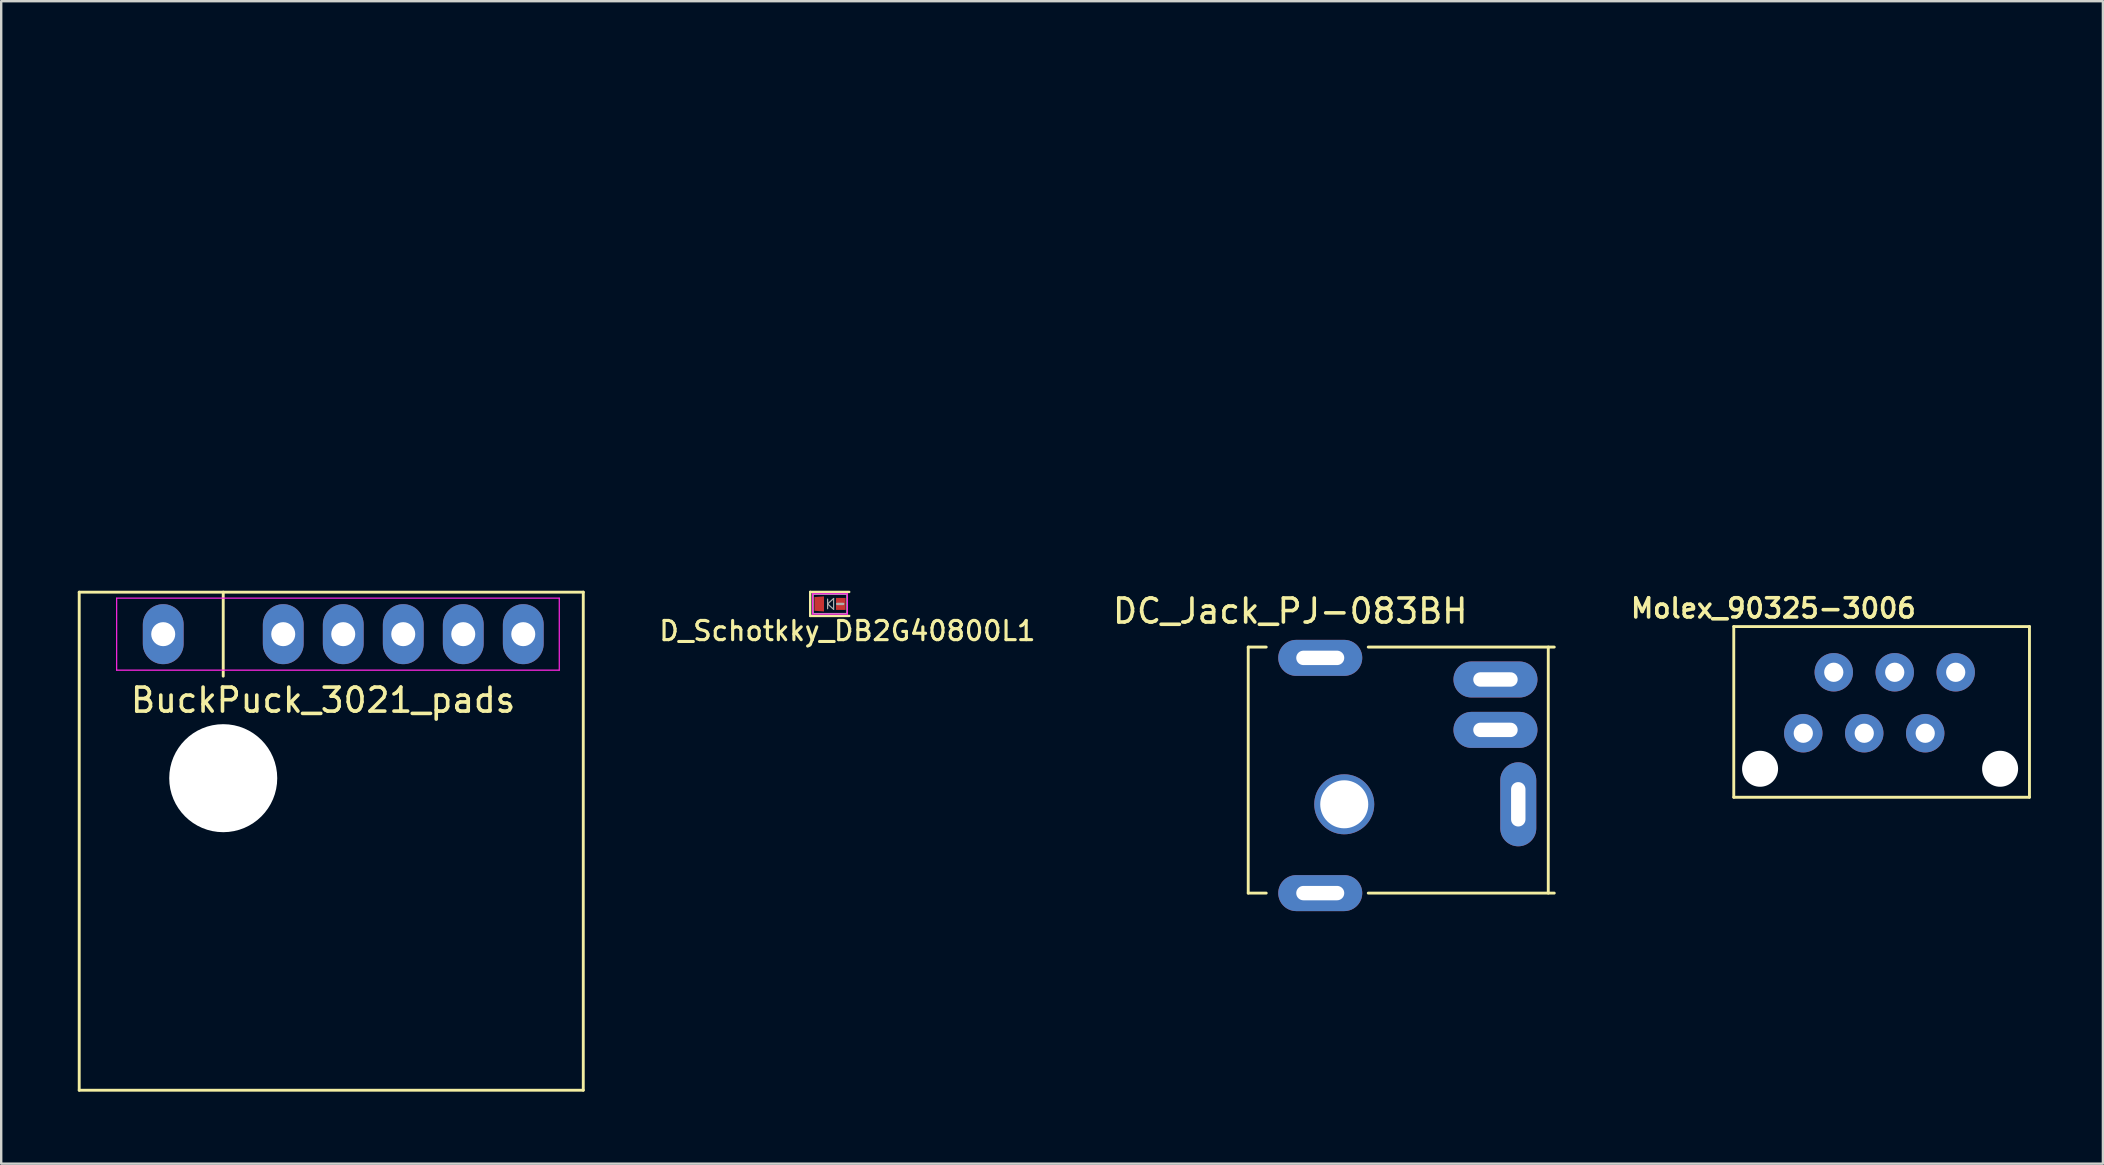
<source format=kicad_pcb>
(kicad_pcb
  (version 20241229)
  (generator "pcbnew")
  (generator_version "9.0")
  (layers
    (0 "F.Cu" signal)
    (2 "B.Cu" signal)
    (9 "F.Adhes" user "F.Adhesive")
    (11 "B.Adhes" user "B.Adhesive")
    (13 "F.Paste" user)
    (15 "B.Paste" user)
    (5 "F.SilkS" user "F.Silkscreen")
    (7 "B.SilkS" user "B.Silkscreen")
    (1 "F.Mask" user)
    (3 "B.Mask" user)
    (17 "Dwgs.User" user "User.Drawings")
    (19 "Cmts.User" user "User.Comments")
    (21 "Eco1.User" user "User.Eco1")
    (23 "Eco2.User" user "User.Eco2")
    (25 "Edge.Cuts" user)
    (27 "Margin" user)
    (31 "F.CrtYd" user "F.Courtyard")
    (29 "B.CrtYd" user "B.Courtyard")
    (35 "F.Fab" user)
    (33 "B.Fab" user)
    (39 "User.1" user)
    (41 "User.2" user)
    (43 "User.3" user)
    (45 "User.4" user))
  (footprint "D_Schotkky_DB2G40800L1"
    (layer "F.Cu")
    (at 31.529 22.11)
    (property "Reference" "D_Schotkky_DB2G40800L1" (at 0.725 1.125 0) (layer "F.SilkS") (effects (font (size 0.8 0.8) (thickness 0.13))))
    (attr through_hole)
    (fp_line (start -0.825 -0.5) (end -0.825 0.5) (stroke (width 0.1) (type solid)) (layer "F.SilkS"))
    (fp_line (start -0.825 0.5) (end 0.8 0.5) (stroke (width 0.1) (type solid)) (layer "F.SilkS"))
    (fp_line (start 0.8 -0.5) (end -0.825 -0.5) (stroke (width 0.1) (type solid)) (layer "F.SilkS"))
    (fp_line (start -0.725 -0.425) (end 0.725 -0.425) (stroke (width 0.05) (type solid)) (layer "F.CrtYd"))
    (fp_line (start -0.725 0.425) (end -0.725 -0.425) (stroke (width 0.05) (type solid)) (layer "F.CrtYd"))
    (fp_line (start 0.725 -0.425) (end 0.725 0.425) (stroke (width 0.05) (type solid)) (layer "F.CrtYd"))
    (fp_line (start 0.725 0.425) (end -0.725 0.425) (stroke (width 0.05) (type solid)) (layer "F.CrtYd"))
    (fp_line (start -0.7 -0.4) (end 0.7 -0.4) (stroke (width 0.05) (type solid)) (layer "F.Fab"))
    (fp_line (start -0.7 0.4) (end -0.7 -0.4) (stroke (width 0.05) (type solid)) (layer "F.Fab"))
    (fp_line (start -0.1 -0.2) (end -0.1 0.2) (stroke (width 0.05) (type solid)) (layer "F.Fab"))
    (fp_line (start -0.1 0) (end 0.15 -0.225) (stroke (width 0.05) (type solid)) (layer "F.Fab"))
    (fp_line (start 0.15 -0.225) (end 0.15 0.225) (stroke (width 0.05) (type solid)) (layer "F.Fab"))
    (fp_line (start 0.15 0.225) (end -0.1 0) (stroke (width 0.05) (type solid)) (layer "F.Fab"))
    (fp_line (start 0.3 0) (end 0.55 0) (stroke (width 0.1) (type solid)) (layer "F.Fab"))
    (fp_line (start 0.7 -0.4) (end 0.7 0.4) (stroke (width 0.05) (type solid)) (layer "F.Fab"))
    (fp_line (start 0.7 0.4) (end -0.7 0.4) (stroke (width 0.05) (type solid)) (layer "F.Fab"))
    (pad "1" smd trapezoid (at -0.45 0) (size 0.4 0.6) (rect_delta -0.03 0) (layers "F.Cu" "F.Mask" "F.Paste"))
    (pad "2" smd rect (at 0.45 0) (size 0.4 0.5) (layers "F.Cu" "F.Mask" "F.Paste")))
  (footprint "Adafruit_2.8''_LCD"
    (layer "F.Cu")
    (at 40.7 18.06)
    (property "Reference" "Adafruit_2.8''_LCD" (at -38.354 -0.258 0) (layer "Eco2.User") (effects (font (size 0.254 0.254) (thickness 0.038))))
    (attr through_hole)
    (fp_line (start -40.64 -18) (end 40.64 -18) (stroke (width 0.12) (type solid)) (layer "Eco2.User"))
    (fp_line (start -40.64 -15) (end 40.64 -15) (stroke (width 0.12) (type solid)) (layer "Eco2.User"))
    (fp_line (start -40.64 -12.5) (end 40.64 -12.5) (stroke (width 0.12) (type solid)) (layer "Eco2.User"))
    (fp_line (start -40.64 -10) (end 40.64 -10) (stroke (width 0.12) (type solid)) (layer "Eco2.User"))
    (fp_line (start -40.64 -7.5) (end 40.64 -7.5) (stroke (width 0.12) (type solid)) (layer "Eco2.User"))
    (fp_line (start -40.64 -5) (end 40.64 -5) (stroke (width 0.12) (type solid)) (layer "Eco2.User"))
    (fp_line (start -40.64 -2.5) (end 40.64 -2.5) (stroke (width 0.12) (type solid)) (layer "Eco2.User"))
    (fp_line (start -40.64 -0.004) (end -40.64 -18) (stroke (width 0.12) (type solid)) (layer "Eco2.User"))
    (fp_line (start -40.64 -0.004) (end 40.64 -0.004) (stroke (width 0.12) (type solid)) (layer "Eco2.User"))
    (fp_line (start -36.5 0.25) (end 40.25 0.25) (stroke (width 0.5) (type solid)) (layer "Eco2.User"))
    (fp_line (start 40.64 -18) (end 40.64 -0.004) (stroke (width 0.12) (type solid)) (layer "Eco2.User")))
  (footprint "Molex_90325-3006"
    (layer "F.Cu")
    (at 75.277 26.228)
    (property "Reference" "Molex_90325-3006" (at -4.445 -3.937 0) (layer "F.SilkS") (effects (font (size 0.8 0.8) (thickness 0.15))))
    (attr through_hole)
    (fp_line (start -6.096 -3.175) (end -6.096 3.937) (stroke (width 0.12) (type solid)) (layer "F.SilkS"))
    (fp_line (start -6.096 3.937) (end 6.223 3.937) (stroke (width 0.12) (type solid)) (layer "F.SilkS"))
    (fp_line (start 6.223 -3.175) (end -6.096 -3.175) (stroke (width 0.12) (type solid)) (layer "F.SilkS"))
    (fp_line (start 6.223 3.937) (end 6.223 -3.175) (stroke (width 0.12) (type solid)) (layer "F.SilkS"))
    (pad "" np_thru_hole circle (at -5 2.75) (size 1.5 1.5) (drill 1.5) (layers "*.Cu" "*.Mask"))
    (pad "" np_thru_hole circle (at 5 2.75) (size 1.5 1.5) (drill 1.5) (layers "*.Cu" "*.Mask"))
    (pad "1" thru_hole circle (at -3.2 1.27) (size 1.6 1.6) (drill 0.8) (layers "*.Cu" "*.Mask"))
    (pad "2" thru_hole circle (at -1.93 -1.27) (size 1.6 1.6) (drill 0.8) (layers "*.Cu" "*.Mask"))
    (pad "3" thru_hole circle (at -0.66 1.27) (size 1.6 1.6) (drill 0.8) (layers "*.Cu" "*.Mask"))
    (pad "4" thru_hole circle (at 0.61 -1.27) (size 1.6 1.6) (drill 0.8) (layers "*.Cu" "*.Mask"))
    (pad "5" thru_hole circle (at 1.88 1.27) (size 1.6 1.6) (drill 0.8) (layers "*.Cu" "*.Mask"))
    (pad "6" thru_hole circle (at 3.15 -1.27) (size 1.6 1.6) (drill 0.8) (layers "*.Cu" "*.Mask")))
  (footprint "BuckPuck_3021_pads"
    (layer "F.Cu")
    (at 0.25 23.37)
    (property "Reference" "BuckPuck_3021_pads" (at 10.16 2.75 0) (layer "F.SilkS") (effects (font (size 1 1) (thickness 0.15))))
    (attr through_hole)
    (fp_line (start 0 -1.75) (end 21 -1.75) (stroke (width 0.12) (type solid)) (layer "F.SilkS"))
    (fp_line (start 0 19) (end 0 -1.75) (stroke (width 0.12) (type solid)) (layer "F.SilkS"))
    (fp_line (start 6 -1.75) (end 6 1.75) (stroke (width 0.12) (type solid)) (layer "F.SilkS"))
    (fp_line (start 21 -1.75) (end 21 19) (stroke (width 0.12) (type solid)) (layer "F.SilkS"))
    (fp_line (start 21 19) (end 0 19) (stroke (width 0.12) (type solid)) (layer "F.SilkS"))
    (fp_line (start 1.56 -1.5) (end 20 -1.5) (stroke (width 0.05) (type solid)) (layer "F.CrtYd"))
    (fp_line (start 1.56 1.5) (end 1.56 -1.5) (stroke (width 0.05) (type solid)) (layer "F.CrtYd"))
    (fp_line (start 20 -1.5) (end 20 1.5) (stroke (width 0.05) (type solid)) (layer "F.CrtYd"))
    (fp_line (start 20 1.5) (end 1.56 1.5) (stroke (width 0.05) (type solid)) (layer "F.CrtYd"))
    (pad "" np_thru_hole circle (at 6 6) (size 4.5 4.5) (drill 4.5) (layers "*.Cu" "*.Mask"))
    (pad "1" thru_hole oval (at 3.5 0) (size 1.7 2.5) (drill 1) (layers "*.Cu" "*.Mask"))
    (pad "2" thru_hole oval (at 8.5 0) (size 1.7 2.5) (drill 1) (layers "*.Cu" "*.Mask"))
    (pad "3" thru_hole oval (at 11 0) (size 1.7 2.5) (drill 1) (layers "*.Cu" "*.Mask"))
    (pad "4" thru_hole oval (at 13.5 0) (size 1.7 2.5) (drill 1) (layers "*.Cu" "*.Mask"))
    (pad "5" thru_hole oval (at 16 0) (size 1.7 2.5) (drill 1) (layers "*.Cu" "*.Mask"))
    (pad "6" thru_hole oval (at 18.5 0) (size 1.7 2.5) (drill 1) (layers "*.Cu" "*.Mask")))
  (footprint "DC_Jack_PJ-083BH"
    (layer "F.Cu")
    (at 53.953 31.658)
    (property "Reference" "DC_Jack_PJ-083BH" (at -3.25 -9.25 0) (layer "F.SilkS") (effects (font (size 1 1) (thickness 0.15))))
    (attr through_hole)
    (fp_line (start -5 -7.75) (end -4.25 -7.75) (stroke (width 0.12) (type solid)) (layer "F.SilkS"))
    (fp_line (start -5 2.5) (end -5 -7.75) (stroke (width 0.12) (type solid)) (layer "F.SilkS"))
    (fp_line (start -4.25 2.5) (end -5 2.5) (stroke (width 0.12) (type solid)) (layer "F.SilkS"))
    (fp_line (start 0 -7.75) (end 7.75 -7.75) (stroke (width 0.12) (type solid)) (layer "F.SilkS"))
    (fp_line (start 7.5 -7.75) (end 7.5 2.5) (stroke (width 0.12) (type solid)) (layer "F.SilkS"))
    (fp_line (start 7.75 2.5) (end 0 2.5) (stroke (width 0.12) (type solid)) (layer "F.SilkS"))
    (pad "" thru_hole oval (at -2 -7.3) (size 3.5 1.5) (drill oval 2 0.6) (layers "*.Cu" "*.Mask"))
    (pad "" thru_hole oval (at -2 2.5) (size 3.5 1.5) (drill oval 2 0.6) (layers "*.Cu" "*.Mask"))
    (pad "" np_thru_hole circle (at -1 -1.2 90) (size 2.5 2.5) (drill 2) (layers "*.Cu" "*.Mask"))
    (pad "1" thru_hole oval (at 5.3 -6.4) (size 3.5 1.5) (drill oval 1.85 0.6) (layers "*.Cu" "*.Mask"))
    (pad "2" thru_hole oval (at 5.3 -4.3) (size 3.5 1.5) (drill oval 1.85 0.6) (layers "*.Cu" "*.Mask"))
    (pad "3" thru_hole oval (at 6.25 -1.2 90) (size 3.5 1.5) (drill oval 1.85 0.6) (layers "*.Cu" "*.Mask")))
  (gr_rect
    (start -3 -3)
    (end 84.56 45.43)
    (stroke (width 0.1) (type default))
    (fill no)
    (layer "Edge.Cuts")))
</source>
